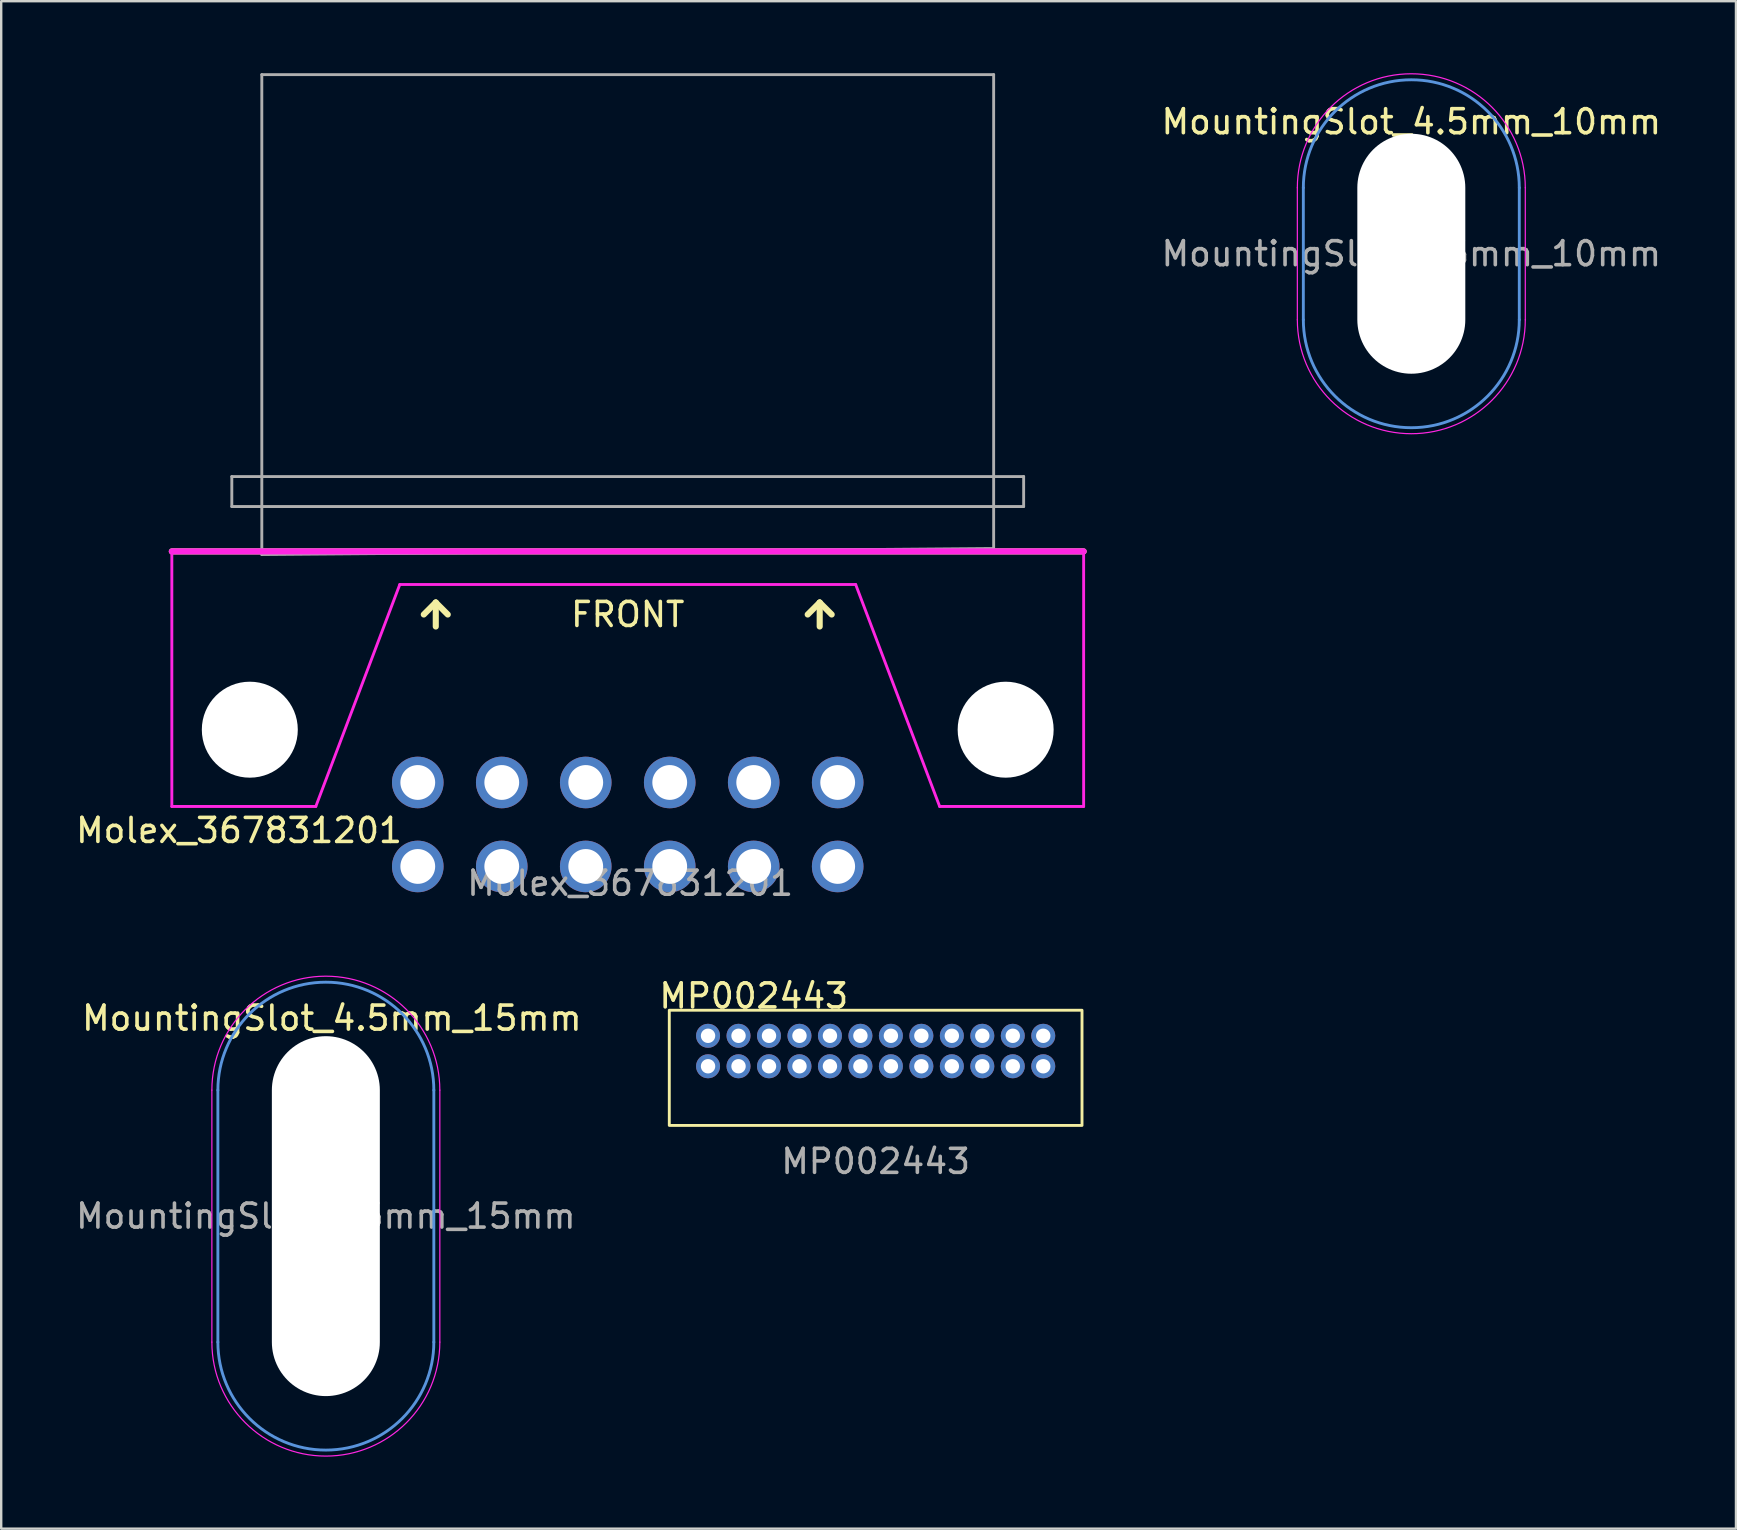
<source format=kicad_pcb>
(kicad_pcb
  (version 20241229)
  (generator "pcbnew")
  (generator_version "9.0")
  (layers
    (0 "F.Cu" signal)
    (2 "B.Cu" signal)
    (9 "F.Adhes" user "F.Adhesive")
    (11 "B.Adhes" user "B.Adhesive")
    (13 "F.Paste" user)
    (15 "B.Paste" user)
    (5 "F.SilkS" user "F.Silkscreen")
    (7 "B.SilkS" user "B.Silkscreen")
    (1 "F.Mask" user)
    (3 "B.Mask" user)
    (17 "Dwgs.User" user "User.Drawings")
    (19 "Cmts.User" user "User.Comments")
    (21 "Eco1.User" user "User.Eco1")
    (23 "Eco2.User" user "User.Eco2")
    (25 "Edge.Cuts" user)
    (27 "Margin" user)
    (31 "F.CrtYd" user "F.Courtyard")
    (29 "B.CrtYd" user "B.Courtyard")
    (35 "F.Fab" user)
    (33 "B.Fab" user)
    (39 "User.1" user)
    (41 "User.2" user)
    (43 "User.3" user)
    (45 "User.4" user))
  (footprint "MountingSlot_4.5mm_15mm"
    (layer "F.Cu")
    (at 10.53 47.633)
    (property "Reference" "MountingSlot_4.5mm_15mm" (at 0.25 -8.25 0) (layer "F.SilkS") (effects (font (size 1 1) (thickness 0.15))))
    (attr exclude_from_pos_files exclude_from_bom)
    (fp_line (start -4.5 -5.25) (end -4.5 5.25) (stroke (width 0.12) (type solid)) (layer "Cmts.User"))
    (fp_line (start 4.5 -5.25) (end 4.5 5.25) (stroke (width 0.12) (type solid)) (layer "Cmts.User"))
    (fp_arc (start -4.5 -5.25) (mid 0 -9.75) (end 4.5 -5.25) (stroke (width 0.12) (type solid)) (layer "Cmts.User"))
    (fp_arc (start 4.5 5.25) (mid 0 9.75) (end -4.5 5.25) (stroke (width 0.12) (type solid)) (layer "Cmts.User"))
    (fp_line (start -4.75 -5.25) (end -4.75 5.25) (stroke (width 0.05) (type solid)) (layer "F.CrtYd"))
    (fp_line (start 4.75 -5.25) (end 4.75 5.25) (stroke (width 0.05) (type solid)) (layer "F.CrtYd"))
    (fp_arc (start -4.75 -5.25) (mid 0 -10) (end 4.75 -5.25) (stroke (width 0.05) (type solid)) (layer "F.CrtYd"))
    (fp_arc (start 4.75 5.25) (mid 0 10) (end -4.75 5.25) (stroke (width 0.05) (type solid)) (layer "F.CrtYd"))
    (fp_text user "${REFERENCE}" (at 0 0 0) (layer "F.Fab") (effects (font (size 1 1) (thickness 0.15))))
    (pad "" np_thru_hole oval (at 0 0) (size 4.5 15) (drill oval 4.5 15) (layers "*.Cu" "*.Mask")))
  (footprint "Molex_367831201"
    (layer "F.Cu")
    (at 23.211 31.26)
    (property "Reference" "Molex_367831201" (at -16.3 0.3 0) (unlocked yes) (layer "F.SilkS") (effects (font (size 1 1) (thickness 0.15))))
    (attr through_hole)
    (fp_line (start -19.1 -11.33) (end 18.9 -11.33) (stroke (width 0.254) (type solid)) (layer "F.SilkS"))
    (fp_line (start -8.1 -9.2) (end -8.6 -8.7) (stroke (width 0.254) (type solid)) (layer "F.SilkS"))
    (fp_line (start -8.1 -9.2) (end -7.6 -8.7) (stroke (width 0.254) (type solid)) (layer "F.SilkS"))
    (fp_line (start -8.1 -8.2) (end -8.1 -9.2) (stroke (width 0.254) (type solid)) (layer "F.SilkS"))
    (fp_line (start 7.9 -9.2) (end 7.4 -8.7) (stroke (width 0.254) (type solid)) (layer "F.SilkS"))
    (fp_line (start 7.9 -9.2) (end 8.4 -8.7) (stroke (width 0.254) (type solid)) (layer "F.SilkS"))
    (fp_line (start 7.9 -8.2) (end 7.9 -9.2) (stroke (width 0.254) (type solid)) (layer "F.SilkS"))
    (fp_line (start -19.1 -11.33) (end -19.1 -0.7) (stroke (width 0.12) (type solid)) (layer "F.CrtYd"))
    (fp_line (start -19.1 -11.33) (end 18.9 -11.33) (stroke (width 0.254) (type solid)) (layer "F.CrtYd"))
    (fp_line (start -19.1 -0.7) (end -13.1 -0.7) (stroke (width 0.12) (type solid)) (layer "F.CrtYd"))
    (fp_line (start -13.1 -0.7) (end -9.6 -9.95) (stroke (width 0.12) (type solid)) (layer "F.CrtYd"))
    (fp_line (start -9.6 -9.95) (end 9.4 -9.95) (stroke (width 0.12) (type solid)) (layer "F.CrtYd"))
    (fp_line (start 9.4 -9.95) (end 12.9 -0.7) (stroke (width 0.12) (type solid)) (layer "F.CrtYd"))
    (fp_line (start 18.9 -11.33) (end 18.9 -0.7) (stroke (width 0.12) (type solid)) (layer "F.CrtYd"))
    (fp_line (start 18.9 -0.7) (end 12.9 -0.7) (stroke (width 0.12) (type solid)) (layer "F.CrtYd"))
    (fp_line (start -16.6 -14.45) (end 16.4 -14.45) (stroke (width 0.12) (type solid)) (layer "F.Fab"))
    (fp_line (start -16.6 -13.2) (end -16.6 -14.45) (stroke (width 0.12) (type solid)) (layer "F.Fab"))
    (fp_line (start -15.35 -31.2) (end 15.15 -31.2) (stroke (width 0.12) (type solid)) (layer "F.Fab"))
    (fp_line (start -15.35 -11.2) (end -15.35 -31.2) (stroke (width 0.12) (type solid)) (layer "F.Fab"))
    (fp_line (start -15.35 -11.2) (end 15.15 -11.45) (stroke (width 0.12) (type solid)) (layer "F.Fab"))
    (fp_line (start 15.15 -31.2) (end 15.15 -11.45) (stroke (width 0.12) (type solid)) (layer "F.Fab"))
    (fp_line (start 16.4 -14.45) (end 16.4 -13.2) (stroke (width 0.12) (type solid)) (layer "F.Fab"))
    (fp_line (start 16.4 -13.2) (end -16.6 -13.2) (stroke (width 0.12) (type solid)) (layer "F.Fab"))
    (fp_text user "FRONT" (at -0.1 -8.7 0) (layer "F.SilkS") (effects (font (size 1 1) (thickness 0.15))))
    (fp_text user "${REFERENCE}" (at 0 2.5 0) (unlocked yes) (layer "F.Fab") (effects (font (size 1 1) (thickness 0.15))))
    (pad "" np_thru_hole circle (at -15.85 -3.9) (size 4 4) (drill 4) (layers "*.Cu" "*.Mask"))
    (pad "" np_thru_hole circle (at 15.65 -3.9) (size 4 4) (drill 4) (layers "*.Cu" "*.Mask"))
    (pad "1" thru_hole circle (at 8.65 1.8) (size 2.15 2.15) (drill 1.45) (layers "*.Cu" "*.Mask"))
    (pad "2" thru_hole circle (at 5.15 1.8) (size 2.15 2.15) (drill 1.45) (layers "*.Cu" "*.Mask"))
    (pad "3" thru_hole circle (at 1.65 1.8) (size 2.15 2.15) (drill 1.45) (layers "*.Cu" "*.Mask"))
    (pad "4" thru_hole circle (at -1.85 1.8) (size 2.15 2.15) (drill 1.45) (layers "*.Cu" "*.Mask"))
    (pad "5" thru_hole circle (at -5.35 1.8) (size 2.15 2.15) (drill 1.45) (layers "*.Cu" "*.Mask"))
    (pad "6" thru_hole circle (at -8.85 1.8) (size 2.15 2.15) (drill 1.45) (layers "*.Cu" "*.Mask"))
    (pad "7" thru_hole circle (at 8.65 -1.7) (size 2.15 2.15) (drill 1.45) (layers "*.Cu" "*.Mask"))
    (pad "8" thru_hole circle (at 5.15 -1.7) (size 2.15 2.15) (drill 1.45) (layers "*.Cu" "*.Mask"))
    (pad "9" thru_hole circle (at 1.65 -1.7) (size 2.15 2.15) (drill 1.45) (layers "*.Cu" "*.Mask"))
    (pad "10" thru_hole circle (at -1.85 -1.7) (size 2.15 2.15) (drill 1.45) (layers "*.Cu" "*.Mask"))
    (pad "11" thru_hole circle (at -5.35 -1.7) (size 2.15 2.15) (drill 1.45) (layers "*.Cu" "*.Mask"))
    (pad "12" thru_hole circle (at -8.85 -1.7) (size 2.15 2.15) (drill 1.45) (layers "*.Cu" "*.Mask")))
  (footprint "MP002443"
    (layer "F.Cu")
    (at 33.443 42.852)
    (property "Reference" "MP002443" (at -5.08 -4.395 0) (unlocked yes) (layer "F.SilkS") (effects (font (size 1 1) (thickness 0.15))))
    (attr through_hole)
    (fp_rect (start -8.6 -3.8) (end 8.6 1) (stroke (width 0.12) (type default)) (fill no) (layer "F.SilkS"))
    (fp_text user "${REFERENCE}" (at 0 2.5 0) (unlocked yes) (layer "F.Fab") (effects (font (size 1 1) (thickness 0.15))))
    (pad "A1" thru_hole circle (at -6.985 -1.465) (size 1 1) (drill 0.6) (layers "*.Cu" "*.Mask"))
    (pad "A2" thru_hole circle (at -5.715 -1.465) (size 1 1) (drill 0.6) (layers "*.Cu" "*.Mask"))
    (pad "A3" thru_hole circle (at -4.445 -1.465) (size 1 1) (drill 0.6) (layers "*.Cu" "*.Mask"))
    (pad "A4" thru_hole circle (at -3.175 -1.465) (size 1 1) (drill 0.6) (layers "*.Cu" "*.Mask"))
    (pad "A5" thru_hole circle (at -1.905 -1.465) (size 1 1) (drill 0.6) (layers "*.Cu" "*.Mask"))
    (pad "A6" thru_hole circle (at -0.635 -1.465) (size 1 1) (drill 0.6) (layers "*.Cu" "*.Mask"))
    (pad "A7" thru_hole circle (at 0.635 -1.465) (size 1 1) (drill 0.6) (layers "*.Cu" "*.Mask"))
    (pad "A8" thru_hole circle (at 1.905 -1.465) (size 1 1) (drill 0.6) (layers "*.Cu" "*.Mask"))
    (pad "A9" thru_hole circle (at 3.175 -1.465) (size 1 1) (drill 0.6) (layers "*.Cu" "*.Mask"))
    (pad "A10" thru_hole circle (at 4.445 -1.465) (size 1 1) (drill 0.6) (layers "*.Cu" "*.Mask"))
    (pad "A11" thru_hole circle (at 5.715 -1.465) (size 1 1) (drill 0.6) (layers "*.Cu" "*.Mask"))
    (pad "A12" thru_hole circle (at 6.985 -1.465) (size 1 1) (drill 0.6) (layers "*.Cu" "*.Mask"))
    (pad "B1" thru_hole circle (at 6.985 -2.735) (size 1 1) (drill 0.6) (layers "*.Cu" "*.Mask"))
    (pad "B2" thru_hole circle (at 5.715 -2.735) (size 1 1) (drill 0.6) (layers "*.Cu" "*.Mask"))
    (pad "B3" thru_hole circle (at 4.445 -2.735) (size 1 1) (drill 0.6) (layers "*.Cu" "*.Mask"))
    (pad "B4" thru_hole circle (at 3.175 -2.735) (size 1 1) (drill 0.6) (layers "*.Cu" "*.Mask"))
    (pad "B5" thru_hole circle (at 1.905 -2.735) (size 1 1) (drill 0.6) (layers "*.Cu" "*.Mask"))
    (pad "B6" thru_hole circle (at 0.635 -2.735) (size 1 1) (drill 0.6) (layers "*.Cu" "*.Mask"))
    (pad "B7" thru_hole circle (at -0.635 -2.735) (size 1 1) (drill 0.6) (layers "*.Cu" "*.Mask"))
    (pad "B8" thru_hole circle (at -1.905 -2.735) (size 1 1) (drill 0.6) (layers "*.Cu" "*.Mask"))
    (pad "B9" thru_hole circle (at -3.175 -2.735) (size 1 1) (drill 0.6) (layers "*.Cu" "*.Mask"))
    (pad "B10" thru_hole circle (at -4.445 -2.735) (size 1 1) (drill 0.6) (layers "*.Cu" "*.Mask"))
    (pad "B11" thru_hole circle (at -5.715 -2.735) (size 1 1) (drill 0.6) (layers "*.Cu" "*.Mask"))
    (pad "B12" thru_hole circle (at -6.985 -2.735) (size 1 1) (drill 0.6) (layers "*.Cu" "*.Mask")))
  (footprint "MountingSlot_4.5mm_10mm"
    (layer "F.Cu")
    (at 55.767 7.525)
    (property "Reference" "MountingSlot_4.5mm_10mm" (at 0 -5.5 0) (layer "F.SilkS") (effects (font (size 1 1) (thickness 0.15))))
    (attr exclude_from_pos_files exclude_from_bom)
    (fp_line (start -4.5 -2.75) (end -4.5 2.75) (stroke (width 0.12) (type solid)) (layer "Cmts.User"))
    (fp_line (start 4.5 -2.75) (end 4.5 2.75) (stroke (width 0.12) (type solid)) (layer "Cmts.User"))
    (fp_arc (start -4.5 -2.75) (mid 0 -7.25) (end 4.5 -2.75) (stroke (width 0.12) (type solid)) (layer "Cmts.User"))
    (fp_arc (start 4.5 2.75) (mid 0 7.25) (end -4.5 2.75) (stroke (width 0.12) (type solid)) (layer "Cmts.User"))
    (fp_line (start -4.75 -2.75) (end -4.75 2.75) (stroke (width 0.05) (type solid)) (layer "F.CrtYd"))
    (fp_line (start 4.75 -2.75) (end 4.75 2.75) (stroke (width 0.05) (type solid)) (layer "F.CrtYd"))
    (fp_arc (start -4.75 -2.75) (mid 0 -7.5) (end 4.75 -2.75) (stroke (width 0.05) (type solid)) (layer "F.CrtYd"))
    (fp_arc (start 4.75 2.75) (mid 0 7.5) (end -4.75 2.75) (stroke (width 0.05) (type solid)) (layer "F.CrtYd"))
    (fp_text user "${REFERENCE}" (at 0 0 0) (layer "F.Fab") (effects (font (size 1 1) (thickness 0.15))))
    (pad "" np_thru_hole oval (at 0 0) (size 4.5 10) (drill oval 4.5 10) (layers "*.Cu" "*.Mask")))
  (gr_rect
    (start -3 -3)
    (end 69.297 60.658)
    (stroke (width 0.1) (type default))
    (fill no)
    (layer "Edge.Cuts")))
</source>
